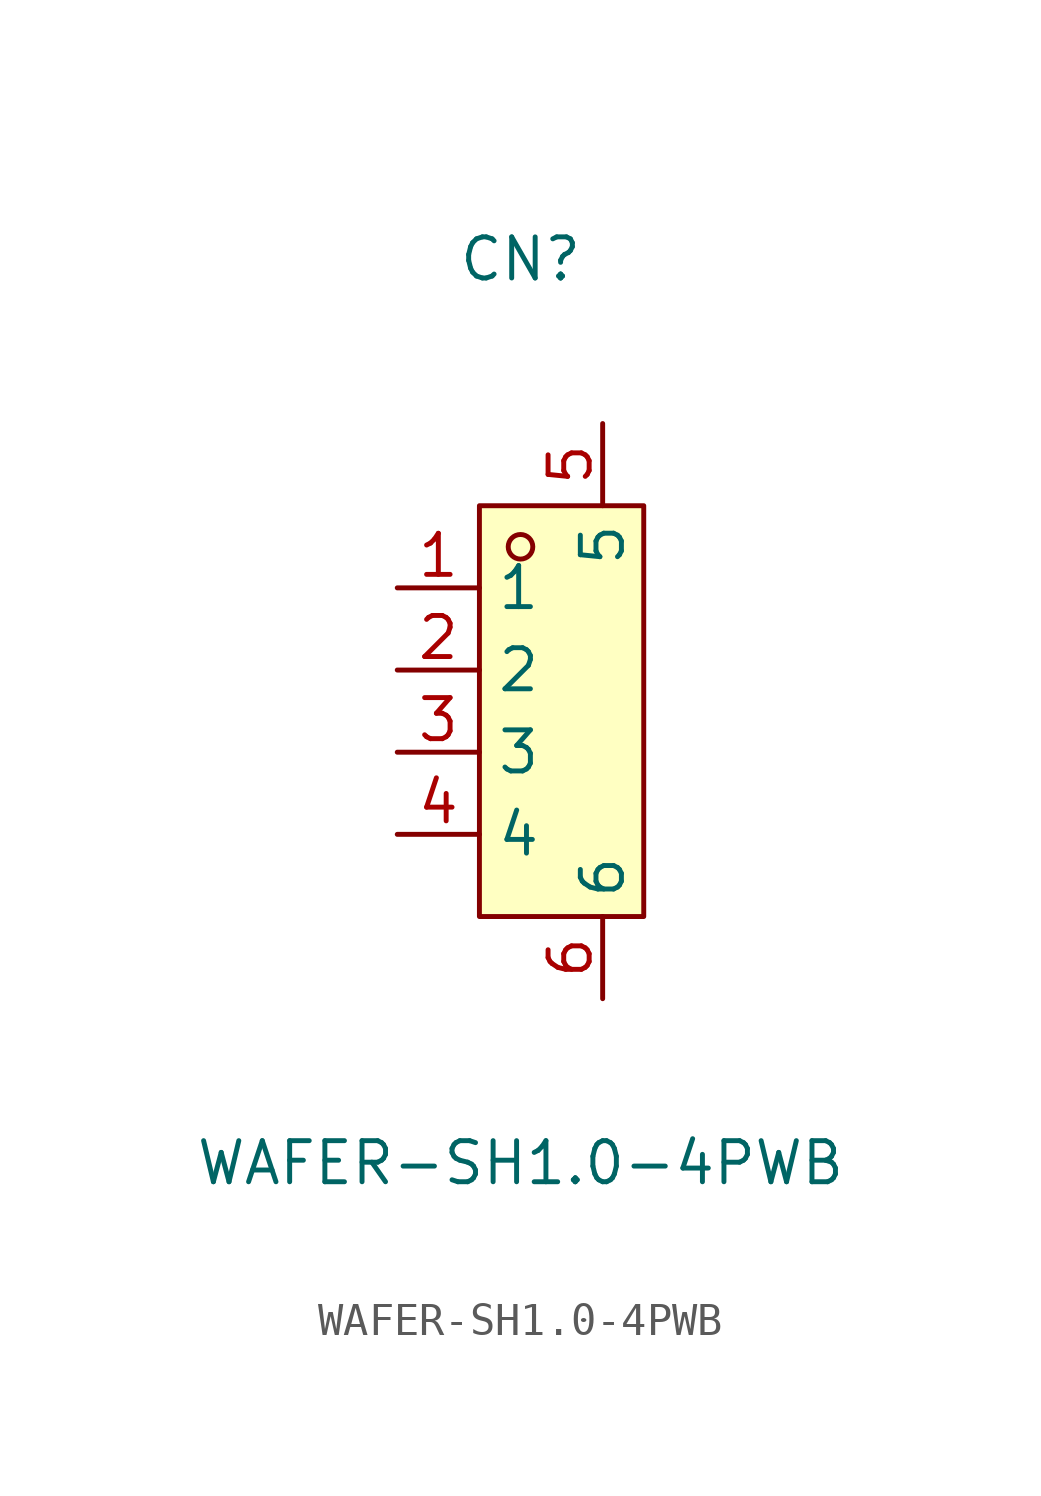
<source format=kicad_sym>
(kicad_symbol_lib
  (version 20211014)
  (generator https://github.com/uPesy/easyeda2kicad.py)
  (symbol "WAFER-SH1.0-4PWB"
    (property "Reference" "CN"
      (at 0 13.97 0)
      (effects (font (size 1.27 1.27))))
    (property "Value" "WAFER-SH1.0-4PWB"
      (at 0 -13.97 0)
      (effects (font (size 1.27 1.27))))
    (symbol "WAFER-SH1.0-4PWB_0_1"
      (rectangle (start -1.27 6.35) (end 3.81 -6.35) (stroke (width 0) (type default) (color 0 0 0 0)) (fill (type background)))
      (circle (center 0.00 5.08) (radius 0.38) (stroke (width 0) (type default) (color 0 0 0 0)) (fill (type none)))
      (pin unspecified line (at -3.81 3.81 0) (length 2.54) (name "1" (effects (font (size 1.27 1.27)))) (number "1" (effects (font (size 1.27 1.27)))))
      (pin unspecified line (at -3.81 1.27 0) (length 2.54) (name "2" (effects (font (size 1.27 1.27)))) (number "2" (effects (font (size 1.27 1.27)))))
      (pin unspecified line (at -3.81 -1.27 0) (length 2.54) (name "3" (effects (font (size 1.27 1.27)))) (number "3" (effects (font (size 1.27 1.27)))))
      (pin unspecified line (at -3.81 -3.81 0) (length 2.54) (name "4" (effects (font (size 1.27 1.27)))) (number "4" (effects (font (size 1.27 1.27)))))
      (pin unspecified line (at 2.54 8.89 270) (length 2.54) (name "5" (effects (font (size 1.27 1.27)))) (number "5" (effects (font (size 1.27 1.27)))))
      (pin unspecified line (at 2.54 -8.89 90) (length 2.54) (name "6" (effects (font (size 1.27 1.27)))) (number "6" (effects (font (size 1.27 1.27))))))))
</source>
